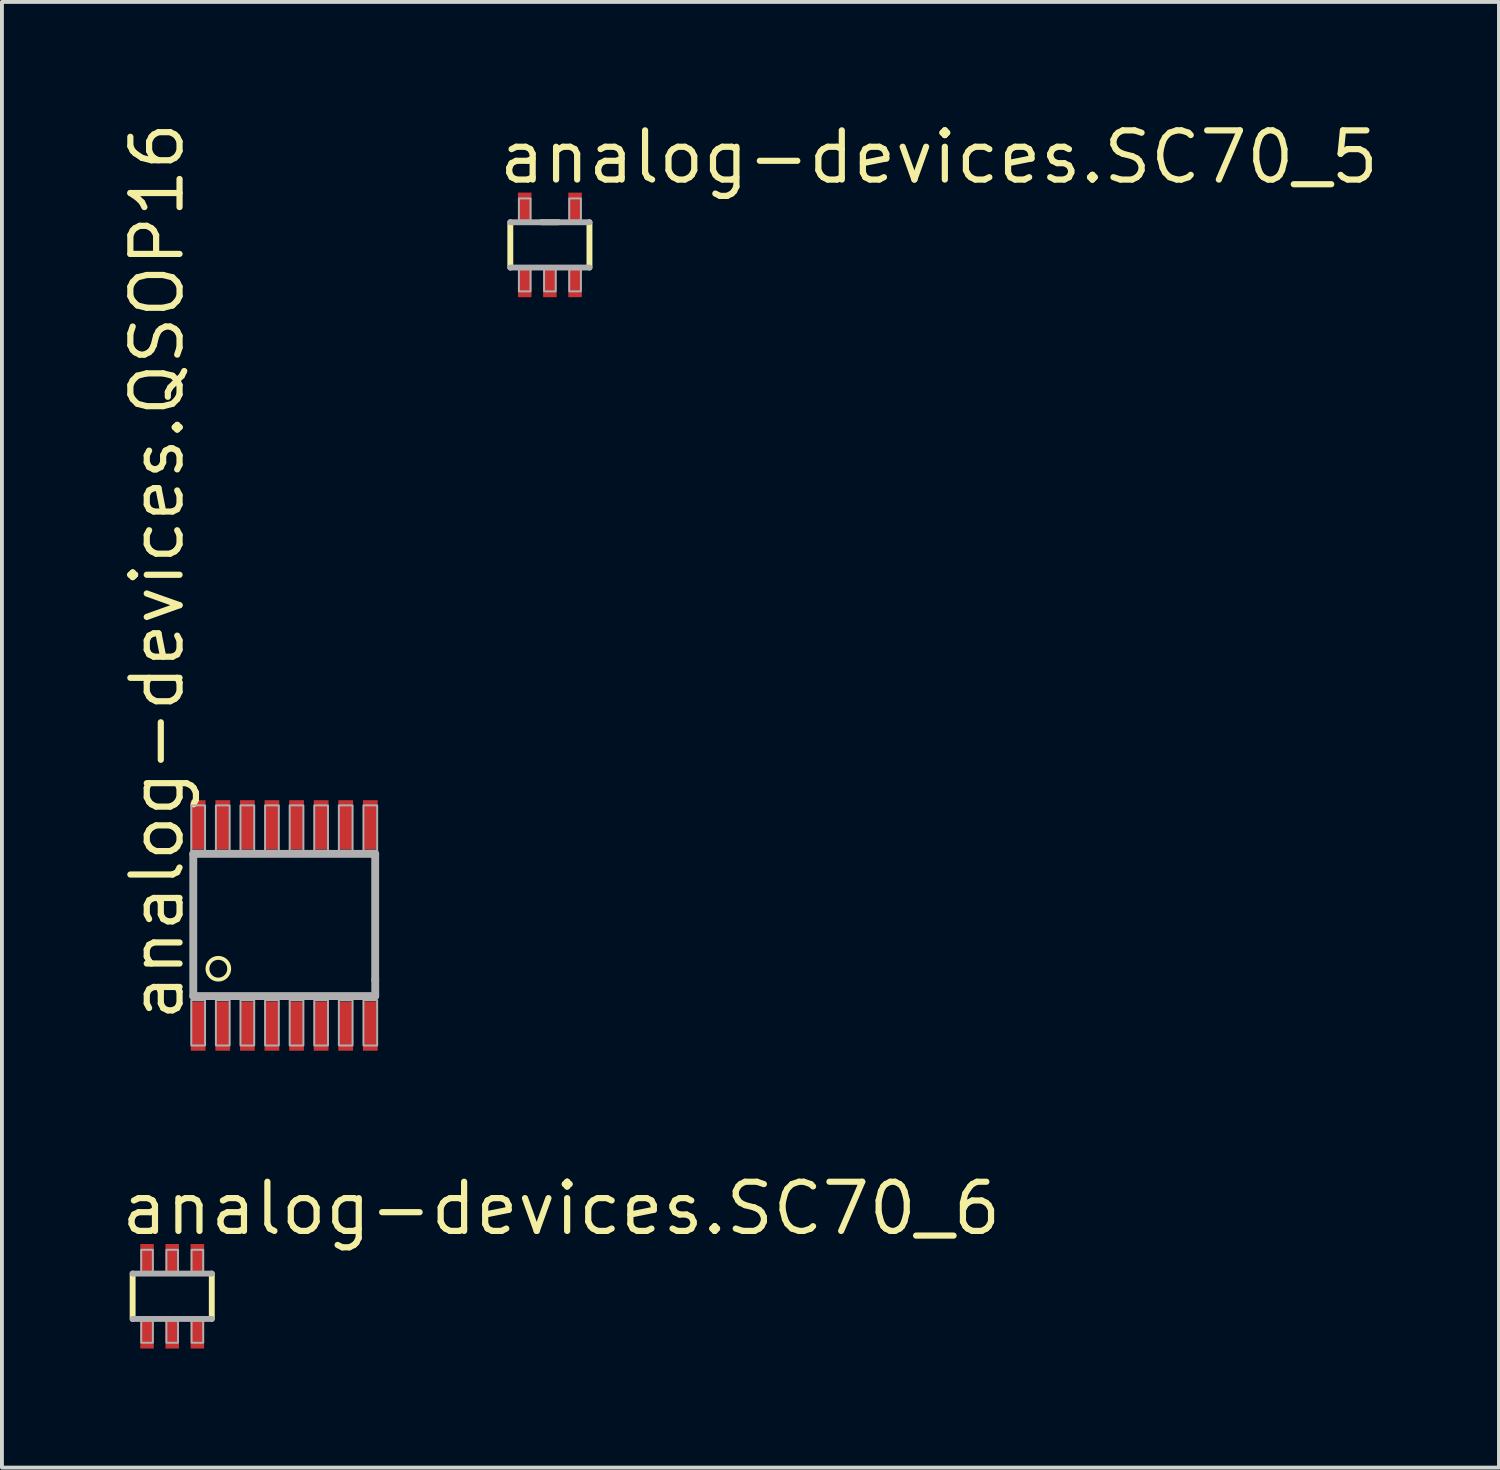
<source format=kicad_pcb>
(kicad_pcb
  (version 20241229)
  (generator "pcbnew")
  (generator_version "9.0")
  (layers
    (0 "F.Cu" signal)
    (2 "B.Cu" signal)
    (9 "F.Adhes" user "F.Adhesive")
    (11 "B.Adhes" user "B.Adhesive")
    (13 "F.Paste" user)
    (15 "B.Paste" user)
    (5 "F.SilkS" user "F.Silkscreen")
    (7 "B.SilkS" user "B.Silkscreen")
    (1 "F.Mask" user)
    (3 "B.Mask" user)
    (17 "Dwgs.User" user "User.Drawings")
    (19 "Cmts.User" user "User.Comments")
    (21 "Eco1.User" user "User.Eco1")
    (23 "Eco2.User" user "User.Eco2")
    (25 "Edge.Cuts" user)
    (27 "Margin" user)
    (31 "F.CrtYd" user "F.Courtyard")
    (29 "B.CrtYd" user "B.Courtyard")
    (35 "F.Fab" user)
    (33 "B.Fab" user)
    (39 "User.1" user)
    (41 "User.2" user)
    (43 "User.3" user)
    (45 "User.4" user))
  (footprint "analog-devices.SC70_5"
    (layer "F.Cu")
    (at 11.15 3.274)
    (property "Reference" "analog-devices.SC70_5" (at -1.397 -1.524 0) (layer "F.SilkS") (effects (font (size 1.27 1.27) (thickness 0.16)) (justify left bottom)))
    (attr smd)
    (fp_rect (start -0.875 -0.5) (end -0.425 -1.4) (stroke (width 0.05) (type default)) (fill yes) (layer "F.Mask"))
    (fp_rect (start -0.875 1.4) (end -0.425 0.5) (stroke (width 0.05) (type default)) (fill yes) (layer "F.Mask"))
    (fp_rect (start -0.225 1.4) (end 0.225 0.5) (stroke (width 0.05) (type default)) (fill yes) (layer "F.Mask"))
    (fp_rect (start 0.425 -0.5) (end 0.875 -1.4) (stroke (width 0.05) (type default)) (fill yes) (layer "F.Mask"))
    (fp_rect (start 0.425 1.4) (end 0.875 0.5) (stroke (width 0.05) (type default)) (fill yes) (layer "F.Mask"))
    (fp_line (start -1.022 0.585) (end -1.022 -0.585) (stroke (width 0.152) (type default)) (layer "F.SilkS"))
    (fp_line (start -0.222 -0.585) (end 0.222 -0.585) (stroke (width 0.152) (type default)) (layer "F.SilkS"))
    (fp_line (start 1.022 -0.585) (end 1.022 0.585) (stroke (width 0.152) (type default)) (layer "F.SilkS"))
    (fp_rect (start -0.8 -0.575) (end -0.5 -1.325) (stroke (width 0.05) (type default)) (fill yes) (layer "F.Paste"))
    (fp_rect (start -0.8 1.325) (end -0.5 0.575) (stroke (width 0.05) (type default)) (fill yes) (layer "F.Paste"))
    (fp_rect (start -0.15 1.325) (end 0.15 0.575) (stroke (width 0.05) (type default)) (fill yes) (layer "F.Paste"))
    (fp_rect (start 0.5 -0.575) (end 0.8 -1.325) (stroke (width 0.05) (type default)) (fill yes) (layer "F.Paste"))
    (fp_rect (start 0.5 1.325) (end 0.8 0.575) (stroke (width 0.05) (type default)) (fill yes) (layer "F.Paste"))
    (fp_line (start -1.022 -0.585) (end 1.022 -0.585) (stroke (width 0.152) (type default)) (layer "F.Fab"))
    (fp_line (start 1.022 0.585) (end -1.022 0.585) (stroke (width 0.152) (type default)) (layer "F.Fab"))
    (fp_rect (start -0.8 -0.625) (end -0.5 -1.2) (stroke (width 0.05) (type default)) (fill no) (layer "F.Fab"))
    (fp_rect (start -0.8 1.2) (end -0.5 0.625) (stroke (width 0.05) (type default)) (fill no) (layer "F.Fab"))
    (fp_rect (start -0.15 1.2) (end 0.15 0.625) (stroke (width 0.05) (type default)) (fill no) (layer "F.Fab"))
    (fp_rect (start 0.5 -0.625) (end 0.8 -1.2) (stroke (width 0.05) (type default)) (fill no) (layer "F.Fab"))
    (fp_rect (start 0.5 1.2) (end 0.8 0.625) (stroke (width 0.05) (type default)) (fill no) (layer "F.Fab"))
    (pad "1" smd roundrect (at -0.65 0.95) (size 0.35 0.8) (layers "F.Cu" "F.Mask" "F.Paste") (roundrect_rratio 0.01))
    (pad "2" smd roundrect (at 0 0.95) (size 0.35 0.8) (layers "F.Cu" "F.Mask" "F.Paste") (roundrect_rratio 0.01))
    (pad "3" smd roundrect (at 0.65 0.95) (size 0.35 0.8) (layers "F.Cu" "F.Mask" "F.Paste") (roundrect_rratio 0.01))
    (pad "4" smd roundrect (at 0.65 -0.95) (size 0.35 0.8) (layers "F.Cu" "F.Mask" "F.Paste") (roundrect_rratio 0.01))
    (pad "5" smd roundrect (at -0.65 -0.95) (size 0.35 0.8) (layers "F.Cu" "F.Mask" "F.Paste") (roundrect_rratio 0.01)))
  (footprint "analog-devices.QSOP16"
    (layer "F.Cu")
    (at 4.29 20.848)
    (property "Reference" "analog-devices.QSOP16" (at -2.54 2.54 90) (layer "F.SilkS") (effects (font (size 1.27 1.27) (thickness 0.16)) (justify left bottom)))
    (attr smd)
    (fp_rect (start -2.438 -1.93) (end -2.007 -3.277) (stroke (width 0.05) (type default)) (fill yes) (layer "F.Mask"))
    (fp_rect (start -2.438 3.277) (end -2.007 1.93) (stroke (width 0.05) (type default)) (fill yes) (layer "F.Mask"))
    (fp_rect (start -2.388 -2.007) (end -2.057 -3.175) (stroke (width 0.05) (type default)) (fill yes) (layer "F.Mask"))
    (fp_rect (start -2.388 3.175) (end -2.057 2.007) (stroke (width 0.05) (type default)) (fill yes) (layer "F.Mask"))
    (fp_rect (start -1.803 -1.93) (end -1.372 -3.277) (stroke (width 0.05) (type default)) (fill yes) (layer "F.Mask"))
    (fp_rect (start -1.803 3.277) (end -1.372 1.93) (stroke (width 0.05) (type default)) (fill yes) (layer "F.Mask"))
    (fp_rect (start -1.753 -2.007) (end -1.422 -3.175) (stroke (width 0.05) (type default)) (fill yes) (layer "F.Mask"))
    (fp_rect (start -1.753 3.175) (end -1.422 2.007) (stroke (width 0.05) (type default)) (fill yes) (layer "F.Mask"))
    (fp_rect (start -1.168 -1.93) (end -0.737 -3.277) (stroke (width 0.05) (type default)) (fill yes) (layer "F.Mask"))
    (fp_rect (start -1.168 3.277) (end -0.737 1.93) (stroke (width 0.05) (type default)) (fill yes) (layer "F.Mask"))
    (fp_rect (start -1.118 -2.007) (end -0.787 -3.175) (stroke (width 0.05) (type default)) (fill yes) (layer "F.Mask"))
    (fp_rect (start -1.118 3.175) (end -0.787 2.007) (stroke (width 0.05) (type default)) (fill yes) (layer "F.Mask"))
    (fp_rect (start -0.533 -1.93) (end -0.102 -3.277) (stroke (width 0.05) (type default)) (fill yes) (layer "F.Mask"))
    (fp_rect (start -0.533 3.277) (end -0.102 1.93) (stroke (width 0.05) (type default)) (fill yes) (layer "F.Mask"))
    (fp_rect (start -0.483 -2.007) (end -0.152 -3.175) (stroke (width 0.05) (type default)) (fill yes) (layer "F.Mask"))
    (fp_rect (start -0.483 3.175) (end -0.152 2.007) (stroke (width 0.05) (type default)) (fill yes) (layer "F.Mask"))
    (fp_rect (start 0.102 -1.93) (end 0.533 -3.277) (stroke (width 0.05) (type default)) (fill yes) (layer "F.Mask"))
    (fp_rect (start 0.102 3.277) (end 0.533 1.93) (stroke (width 0.05) (type default)) (fill yes) (layer "F.Mask"))
    (fp_rect (start 0.152 -2.007) (end 0.483 -3.175) (stroke (width 0.05) (type default)) (fill yes) (layer "F.Mask"))
    (fp_rect (start 0.152 3.175) (end 0.483 2.007) (stroke (width 0.05) (type default)) (fill yes) (layer "F.Mask"))
    (fp_rect (start 0.737 -1.93) (end 1.168 -3.277) (stroke (width 0.05) (type default)) (fill yes) (layer "F.Mask"))
    (fp_rect (start 0.737 3.277) (end 1.168 1.93) (stroke (width 0.05) (type default)) (fill yes) (layer "F.Mask"))
    (fp_rect (start 0.787 -2.007) (end 1.118 -3.175) (stroke (width 0.05) (type default)) (fill yes) (layer "F.Mask"))
    (fp_rect (start 0.787 3.175) (end 1.118 2.007) (stroke (width 0.05) (type default)) (fill yes) (layer "F.Mask"))
    (fp_rect (start 1.372 -1.93) (end 1.803 -3.277) (stroke (width 0.05) (type default)) (fill yes) (layer "F.Mask"))
    (fp_rect (start 1.372 3.277) (end 1.803 1.93) (stroke (width 0.05) (type default)) (fill yes) (layer "F.Mask"))
    (fp_rect (start 1.422 -2.007) (end 1.753 -3.175) (stroke (width 0.05) (type default)) (fill yes) (layer "F.Mask"))
    (fp_rect (start 1.422 3.175) (end 1.753 2.007) (stroke (width 0.05) (type default)) (fill yes) (layer "F.Mask"))
    (fp_rect (start 2.007 -1.93) (end 2.438 -3.277) (stroke (width 0.05) (type default)) (fill yes) (layer "F.Mask"))
    (fp_rect (start 2.007 3.277) (end 2.438 1.93) (stroke (width 0.05) (type default)) (fill yes) (layer "F.Mask"))
    (fp_rect (start 2.057 -2.007) (end 2.388 -3.175) (stroke (width 0.05) (type default)) (fill yes) (layer "F.Mask"))
    (fp_rect (start 2.057 3.175) (end 2.388 2.007) (stroke (width 0.05) (type default)) (fill yes) (layer "F.Mask"))
    (fp_circle (center -1.702 1.118) (end -1.421 1.118) (stroke (width 0.1) (type default)) (fill no) (layer "F.SilkS"))
    (fp_line (start -2.349 -1.849) (end 2.349 -1.849) (stroke (width 0.203) (type default)) (layer "F.Fab"))
    (fp_line (start -2.349 1.824) (end -2.349 -1.849) (stroke (width 0.203) (type default)) (layer "F.Fab"))
    (fp_line (start 2.349 -1.849) (end 2.349 1.4) (stroke (width 0.203) (type default)) (layer "F.Fab"))
    (fp_line (start 2.349 1.824) (end -2.349 1.824) (stroke (width 0.203) (type default)) (layer "F.Fab"))
    (fp_line (start 2.35 1.824) (end 2.35 1.4) (stroke (width 0.203) (type default)) (layer "F.Fab"))
    (fp_rect (start -2.4 -1.93) (end -2.045 -3.1) (stroke (width 0.05) (type default)) (fill no) (layer "F.Fab"))
    (fp_rect (start -2.4 3.1) (end -2.045 1.93) (stroke (width 0.05) (type default)) (fill no) (layer "F.Fab"))
    (fp_rect (start -1.765 -1.93) (end -1.41 -3.1) (stroke (width 0.05) (type default)) (fill no) (layer "F.Fab"))
    (fp_rect (start -1.765 3.1) (end -1.41 1.93) (stroke (width 0.05) (type default)) (fill no) (layer "F.Fab"))
    (fp_rect (start -1.13 -1.93) (end -0.775 -3.1) (stroke (width 0.05) (type default)) (fill no) (layer "F.Fab"))
    (fp_rect (start -1.13 3.1) (end -0.775 1.93) (stroke (width 0.05) (type default)) (fill no) (layer "F.Fab"))
    (fp_rect (start -0.495 -1.93) (end -0.14 -3.1) (stroke (width 0.05) (type default)) (fill no) (layer "F.Fab"))
    (fp_rect (start -0.495 3.1) (end -0.14 1.93) (stroke (width 0.05) (type default)) (fill no) (layer "F.Fab"))
    (fp_rect (start 0.14 -1.93) (end 0.495 -3.1) (stroke (width 0.05) (type default)) (fill no) (layer "F.Fab"))
    (fp_rect (start 0.14 3.1) (end 0.495 1.93) (stroke (width 0.05) (type default)) (fill no) (layer "F.Fab"))
    (fp_rect (start 0.775 -1.93) (end 1.13 -3.1) (stroke (width 0.05) (type default)) (fill no) (layer "F.Fab"))
    (fp_rect (start 0.775 3.1) (end 1.13 1.93) (stroke (width 0.05) (type default)) (fill no) (layer "F.Fab"))
    (fp_rect (start 1.41 -1.93) (end 1.765 -3.1) (stroke (width 0.05) (type default)) (fill no) (layer "F.Fab"))
    (fp_rect (start 1.41 3.1) (end 1.765 1.93) (stroke (width 0.05) (type default)) (fill no) (layer "F.Fab"))
    (fp_rect (start 2.045 -1.93) (end 2.4 -3.1) (stroke (width 0.05) (type default)) (fill no) (layer "F.Fab"))
    (fp_rect (start 2.045 3.1) (end 2.4 1.93) (stroke (width 0.05) (type default)) (fill no) (layer "F.Fab"))
    (pad "1" smd roundrect (at -2.223 2.6) (size 0.381 1.27) (layers "F.Cu" "F.Mask" "F.Paste") (roundrect_rratio 0.01))
    (pad "2" smd roundrect (at -1.587 2.6) (size 0.381 1.27) (layers "F.Cu" "F.Mask" "F.Paste") (roundrect_rratio 0.01))
    (pad "3" smd roundrect (at -0.953 2.6) (size 0.381 1.27) (layers "F.Cu" "F.Mask" "F.Paste") (roundrect_rratio 0.01))
    (pad "4" smd roundrect (at -0.318 2.6) (size 0.381 1.27) (layers "F.Cu" "F.Mask" "F.Paste") (roundrect_rratio 0.01))
    (pad "5" smd roundrect (at 0.318 2.6) (size 0.381 1.27) (layers "F.Cu" "F.Mask" "F.Paste") (roundrect_rratio 0.01))
    (pad "6" smd roundrect (at 0.953 2.6) (size 0.381 1.27) (layers "F.Cu" "F.Mask" "F.Paste") (roundrect_rratio 0.01))
    (pad "7" smd roundrect (at 1.587 2.6) (size 0.381 1.27) (layers "F.Cu" "F.Mask" "F.Paste") (roundrect_rratio 0.01))
    (pad "8" smd roundrect (at 2.223 2.6) (size 0.381 1.27) (layers "F.Cu" "F.Mask" "F.Paste") (roundrect_rratio 0.01))
    (pad "9" smd roundrect (at 2.223 -2.6) (size 0.381 1.27) (layers "F.Cu" "F.Mask" "F.Paste") (roundrect_rratio 0.01))
    (pad "10" smd roundrect (at 1.587 -2.6) (size 0.381 1.27) (layers "F.Cu" "F.Mask" "F.Paste") (roundrect_rratio 0.01))
    (pad "11" smd roundrect (at 0.953 -2.6) (size 0.381 1.27) (layers "F.Cu" "F.Mask" "F.Paste") (roundrect_rratio 0.01))
    (pad "12" smd roundrect (at 0.318 -2.6) (size 0.381 1.27) (layers "F.Cu" "F.Mask" "F.Paste") (roundrect_rratio 0.01))
    (pad "13" smd roundrect (at -0.318 -2.6) (size 0.381 1.27) (layers "F.Cu" "F.Mask" "F.Paste") (roundrect_rratio 0.01))
    (pad "14" smd roundrect (at -0.953 -2.6) (size 0.381 1.27) (layers "F.Cu" "F.Mask" "F.Paste") (roundrect_rratio 0.01))
    (pad "15" smd roundrect (at -1.587 -2.6) (size 0.381 1.27) (layers "F.Cu" "F.Mask" "F.Paste") (roundrect_rratio 0.01))
    (pad "16" smd roundrect (at -2.223 -2.6) (size 0.381 1.27) (layers "F.Cu" "F.Mask" "F.Paste") (roundrect_rratio 0.01)))
  (footprint "analog-devices.SC70_6"
    (layer "F.Cu")
    (at 1.397 30.424)
    (property "Reference" "analog-devices.SC70_6" (at -1.397 -1.524 0) (layer "F.SilkS") (effects (font (size 1.27 1.27) (thickness 0.16)) (justify left bottom)))
    (attr smd)
    (fp_rect (start -0.875 -0.5) (end -0.425 -1.4) (stroke (width 0.05) (type default)) (fill yes) (layer "F.Mask"))
    (fp_rect (start -0.875 1.4) (end -0.425 0.5) (stroke (width 0.05) (type default)) (fill yes) (layer "F.Mask"))
    (fp_rect (start -0.225 -0.5) (end 0.225 -1.4) (stroke (width 0.05) (type default)) (fill yes) (layer "F.Mask"))
    (fp_rect (start -0.225 1.4) (end 0.225 0.5) (stroke (width 0.05) (type default)) (fill yes) (layer "F.Mask"))
    (fp_rect (start 0.425 -0.5) (end 0.875 -1.4) (stroke (width 0.05) (type default)) (fill yes) (layer "F.Mask"))
    (fp_rect (start 0.425 1.4) (end 0.875 0.5) (stroke (width 0.05) (type default)) (fill yes) (layer "F.Mask"))
    (fp_line (start -1.022 0.585) (end -1.022 -0.585) (stroke (width 0.152) (type default)) (layer "F.SilkS"))
    (fp_line (start 1.022 -0.585) (end 1.022 0.585) (stroke (width 0.152) (type default)) (layer "F.SilkS"))
    (fp_rect (start -0.8 -0.575) (end -0.5 -1.325) (stroke (width 0.05) (type default)) (fill yes) (layer "F.Paste"))
    (fp_rect (start -0.8 1.325) (end -0.5 0.575) (stroke (width 0.05) (type default)) (fill yes) (layer "F.Paste"))
    (fp_rect (start -0.15 -0.575) (end 0.15 -1.325) (stroke (width 0.05) (type default)) (fill yes) (layer "F.Paste"))
    (fp_rect (start -0.15 1.325) (end 0.15 0.575) (stroke (width 0.05) (type default)) (fill yes) (layer "F.Paste"))
    (fp_rect (start 0.5 -0.575) (end 0.8 -1.325) (stroke (width 0.05) (type default)) (fill yes) (layer "F.Paste"))
    (fp_rect (start 0.5 1.325) (end 0.8 0.575) (stroke (width 0.05) (type default)) (fill yes) (layer "F.Paste"))
    (fp_line (start -1.022 -0.585) (end 1.022 -0.585) (stroke (width 0.152) (type default)) (layer "F.Fab"))
    (fp_line (start 1.022 0.585) (end -1.022 0.585) (stroke (width 0.152) (type default)) (layer "F.Fab"))
    (fp_rect (start -0.8 -0.625) (end -0.5 -1.2) (stroke (width 0.05) (type default)) (fill no) (layer "F.Fab"))
    (fp_rect (start -0.8 1.2) (end -0.5 0.625) (stroke (width 0.05) (type default)) (fill no) (layer "F.Fab"))
    (fp_rect (start -0.15 -0.625) (end 0.15 -1.2) (stroke (width 0.05) (type default)) (fill no) (layer "F.Fab"))
    (fp_rect (start -0.15 1.2) (end 0.15 0.625) (stroke (width 0.05) (type default)) (fill no) (layer "F.Fab"))
    (fp_rect (start 0.5 -0.625) (end 0.8 -1.2) (stroke (width 0.05) (type default)) (fill no) (layer "F.Fab"))
    (fp_rect (start 0.5 1.2) (end 0.8 0.625) (stroke (width 0.05) (type default)) (fill no) (layer "F.Fab"))
    (pad "1" smd roundrect (at -0.65 0.95) (size 0.35 0.8) (layers "F.Cu" "F.Mask" "F.Paste") (roundrect_rratio 0.01))
    (pad "2" smd roundrect (at 0 0.95) (size 0.35 0.8) (layers "F.Cu" "F.Mask" "F.Paste") (roundrect_rratio 0.01))
    (pad "3" smd roundrect (at 0.65 0.95) (size 0.35 0.8) (layers "F.Cu" "F.Mask" "F.Paste") (roundrect_rratio 0.01))
    (pad "4" smd roundrect (at 0.65 -0.95) (size 0.35 0.8) (layers "F.Cu" "F.Mask" "F.Paste") (roundrect_rratio 0.01))
    (pad "5" smd roundrect (at 0 -0.95) (size 0.35 0.8) (layers "F.Cu" "F.Mask" "F.Paste") (roundrect_rratio 0.01))
    (pad "6" smd roundrect (at -0.65 -0.95) (size 0.35 0.8) (layers "F.Cu" "F.Mask" "F.Paste") (roundrect_rratio 0.01)))
  (gr_rect
    (start -3 -3)
    (end 35.658 34.849)
    (stroke (width 0.1) (type default))
    (fill no)
    (layer "Edge.Cuts")))
</source>
